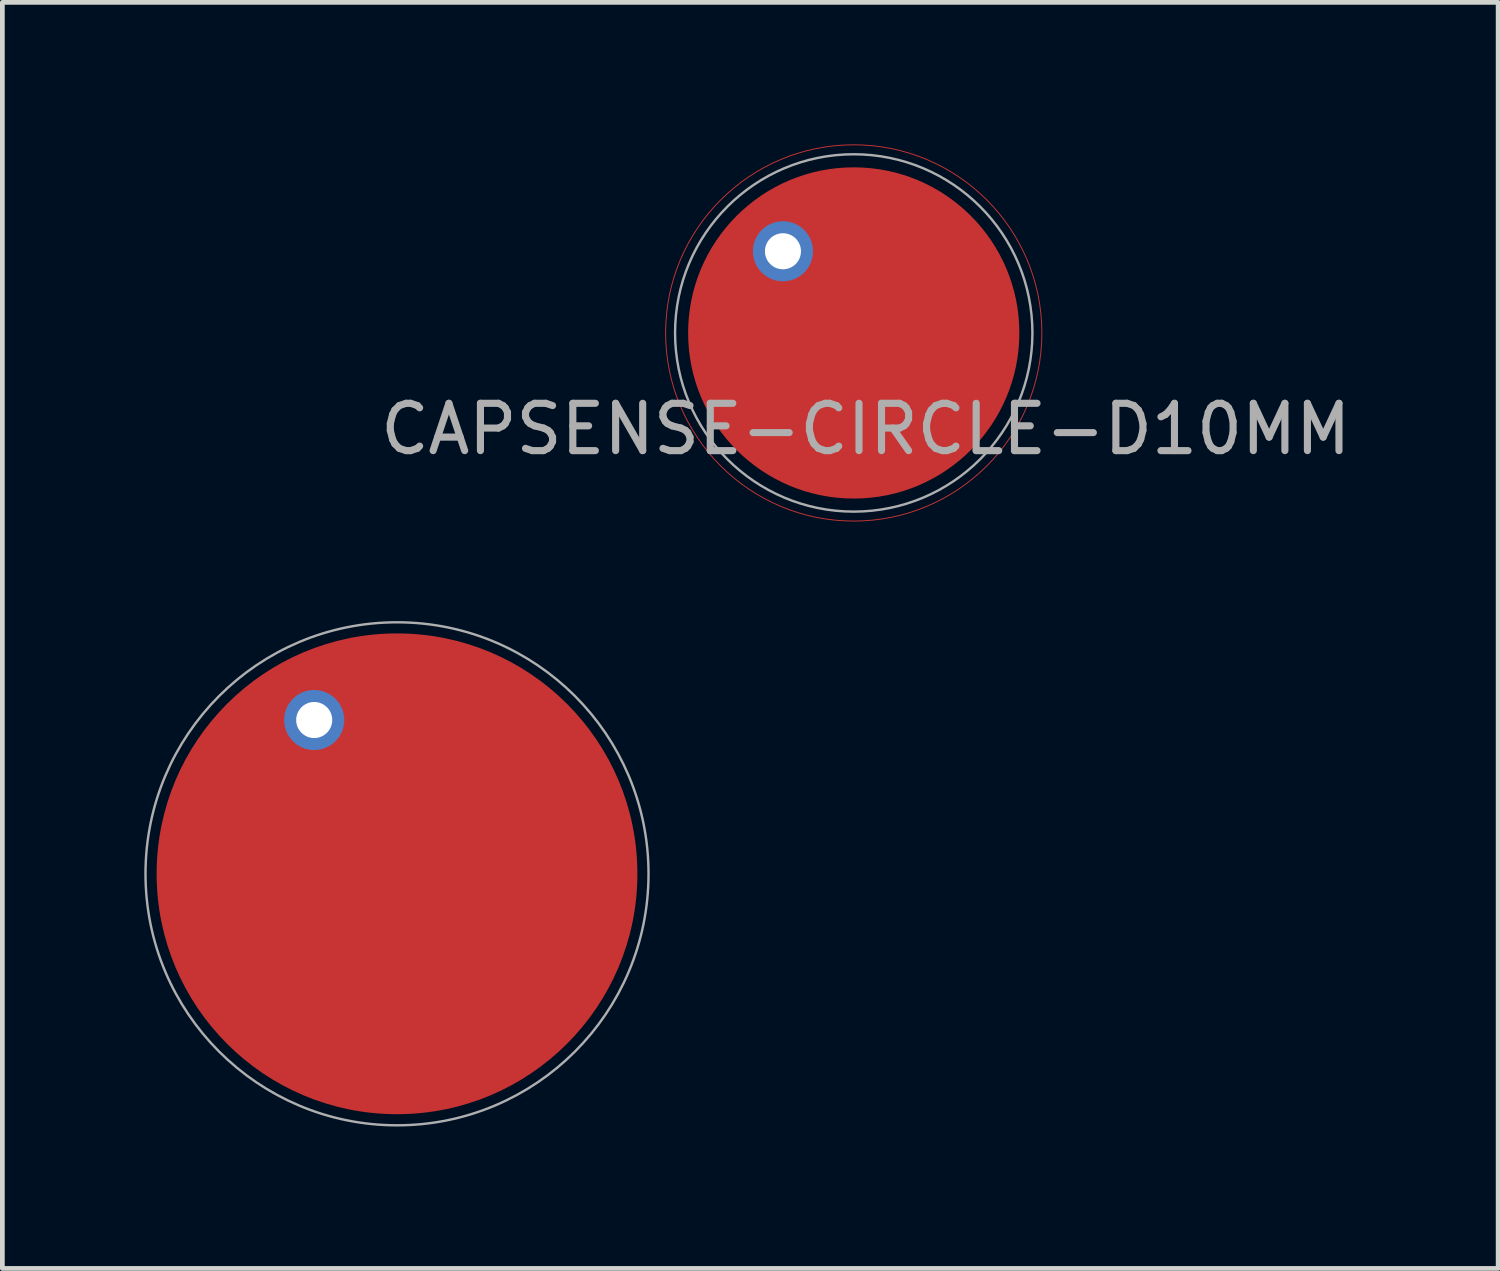
<source format=kicad_pcb>
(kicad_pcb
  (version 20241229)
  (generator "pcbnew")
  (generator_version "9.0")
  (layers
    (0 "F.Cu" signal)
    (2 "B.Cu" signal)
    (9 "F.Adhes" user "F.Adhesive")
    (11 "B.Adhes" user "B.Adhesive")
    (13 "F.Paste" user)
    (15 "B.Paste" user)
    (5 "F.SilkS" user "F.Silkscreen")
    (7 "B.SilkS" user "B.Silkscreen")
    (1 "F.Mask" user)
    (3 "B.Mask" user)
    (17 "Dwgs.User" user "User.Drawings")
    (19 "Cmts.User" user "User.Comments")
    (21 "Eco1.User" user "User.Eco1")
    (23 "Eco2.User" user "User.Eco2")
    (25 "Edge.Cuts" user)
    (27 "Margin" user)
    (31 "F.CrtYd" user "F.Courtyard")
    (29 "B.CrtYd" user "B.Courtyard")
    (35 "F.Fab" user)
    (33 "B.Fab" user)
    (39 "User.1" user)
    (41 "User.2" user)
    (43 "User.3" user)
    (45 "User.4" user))
  (footprint "CAPSENSE-CIRCLE-D10MM"
    (layer "F.Cu")
    (at 5.34 15.416)
    (property "Reference" "CAPSENSE-CIRCLE-D10MM" (at 9.906 -9.398 0) (layer "F.Fab") (effects (font (size 1 1) (thickness 0.15))))
    (attr exclude_from_pos_files exclude_from_bom)
    (fp_circle (center 9.652 -11.43) (end 11.43 -14.986) (stroke (width 0.02) (type solid)) (fill no) (layer "F.Cu"))
    (fp_circle (center 0 0) (end 4 3.5) (stroke (width 0.051) (type solid)) (fill no) (layer "F.Fab"))
    (fp_circle (center 9.652 -11.43) (end 12.192 -14.224) (stroke (width 0.051) (type solid)) (fill no) (layer "F.Fab"))
    (pad "1" smd circle (at 0 0) (size 10.16 10.16) (layers "F.Cu"))
    (pad "1" smd circle (at 9.652 -11.43) (size 7 7) (layers "F.Cu"))
    (pad "2" thru_hole circle (at -1.75 -3.25) (size 1.27 1.27) (drill 0.762) (layers "*.Cu"))
    (pad "2" thru_hole circle (at 8.156 -13.156) (size 1.27 1.27) (drill 0.762) (layers "*.Cu")))
  (gr_rect
    (start -3 -3)
    (end 28.61 23.756)
    (stroke (width 0.1) (type default))
    (fill no)
    (layer "Edge.Cuts")))
</source>
